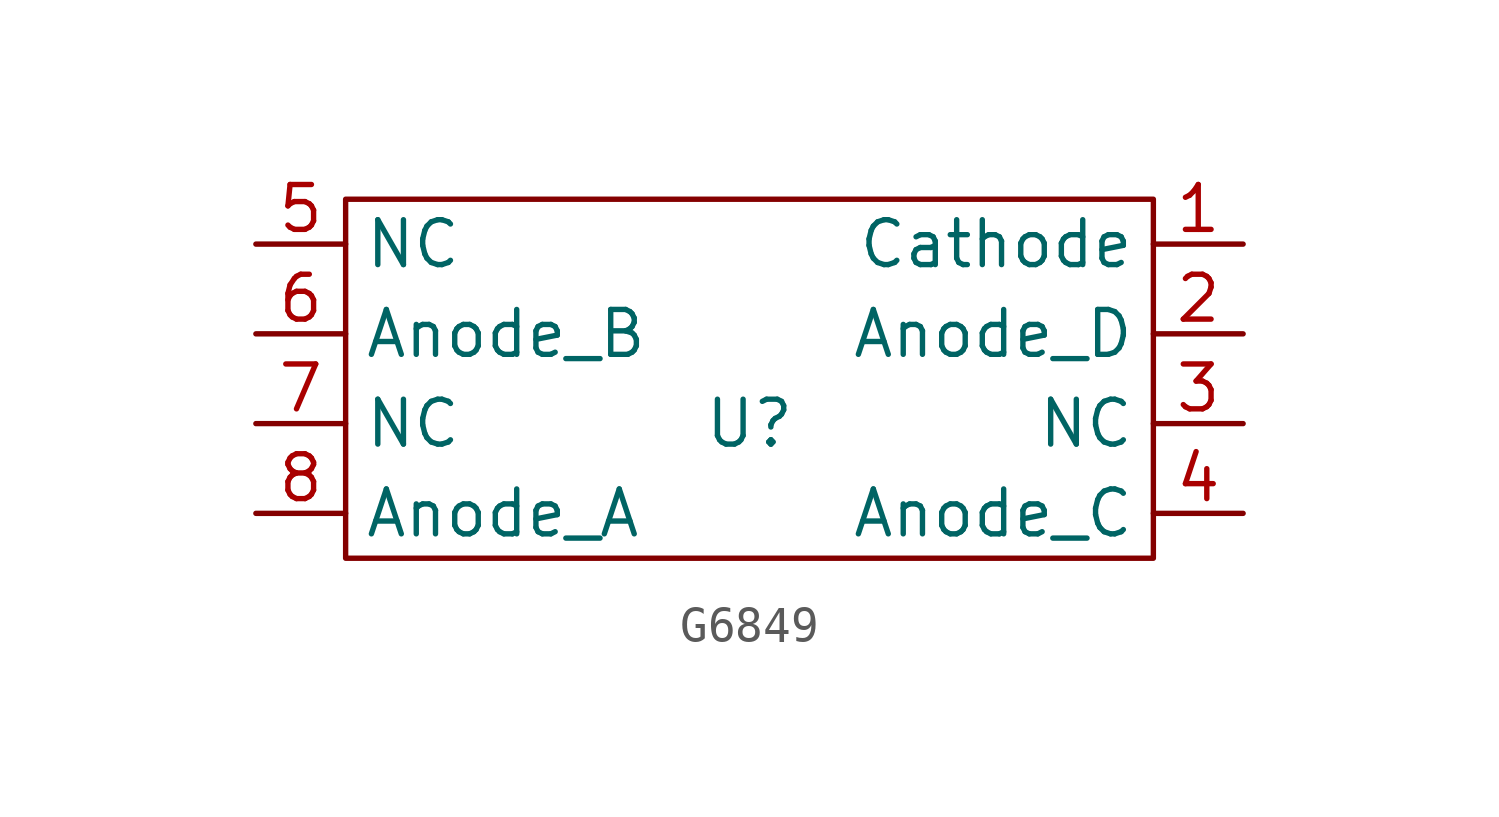
<source format=kicad_sym>
(kicad_symbol_lib
  (version 20231120)
  (generator "kicad_symbol_editor")
  (generator_version "8.0")
  (symbol "G6849"
    (property "Reference" "U"
      (at 0 0 0)
      (effects (font (size 1.27 1.27))))
    (property "Value" ""
      (at 0 0 0)
      (effects (font (size 1.27 1.27))))
    (symbol "G6849_0_1"
      (rectangle (start -11.43 6.35) (end 11.43 -3.81) (stroke (width 0) (type default)) (fill (type none))))
    (symbol "G6849_1_1"
      (pin unspecified line (at 13.97 5.08 180) (length 2.54) (name "Cathode" (effects (font (size 1.27 1.27)))) (number "1" (effects (font (size 1.27 1.27)))))
      (pin unspecified line (at 13.97 2.54 180) (length 2.54) (name "Anode_D" (effects (font (size 1.27 1.27)))) (number "2" (effects (font (size 1.27 1.27)))))
      (pin unspecified line (at 13.97 0 180) (length 2.54) (name "NC" (effects (font (size 1.27 1.27)))) (number "3" (effects (font (size 1.27 1.27)))))
      (pin unspecified line (at 13.97 -2.54 180) (length 2.54) (name "Anode_C" (effects (font (size 1.27 1.27)))) (number "4" (effects (font (size 1.27 1.27)))))
      (pin unspecified line (at -13.97 5.08 0) (length 2.54) (name "NC" (effects (font (size 1.27 1.27)))) (number "5" (effects (font (size 1.27 1.27)))))
      (pin unspecified line (at -13.97 2.54 0) (length 2.54) (name "Anode_B" (effects (font (size 1.27 1.27)))) (number "6" (effects (font (size 1.27 1.27)))))
      (pin unspecified line (at -13.97 0 0) (length 2.54) (name "NC" (effects (font (size 1.27 1.27)))) (number "7" (effects (font (size 1.27 1.27)))))
      (pin unspecified line (at -13.97 -2.54 0) (length 2.54) (name "Anode_A" (effects (font (size 1.27 1.27)))) (number "8" (effects (font (size 1.27 1.27))))))))
</source>
